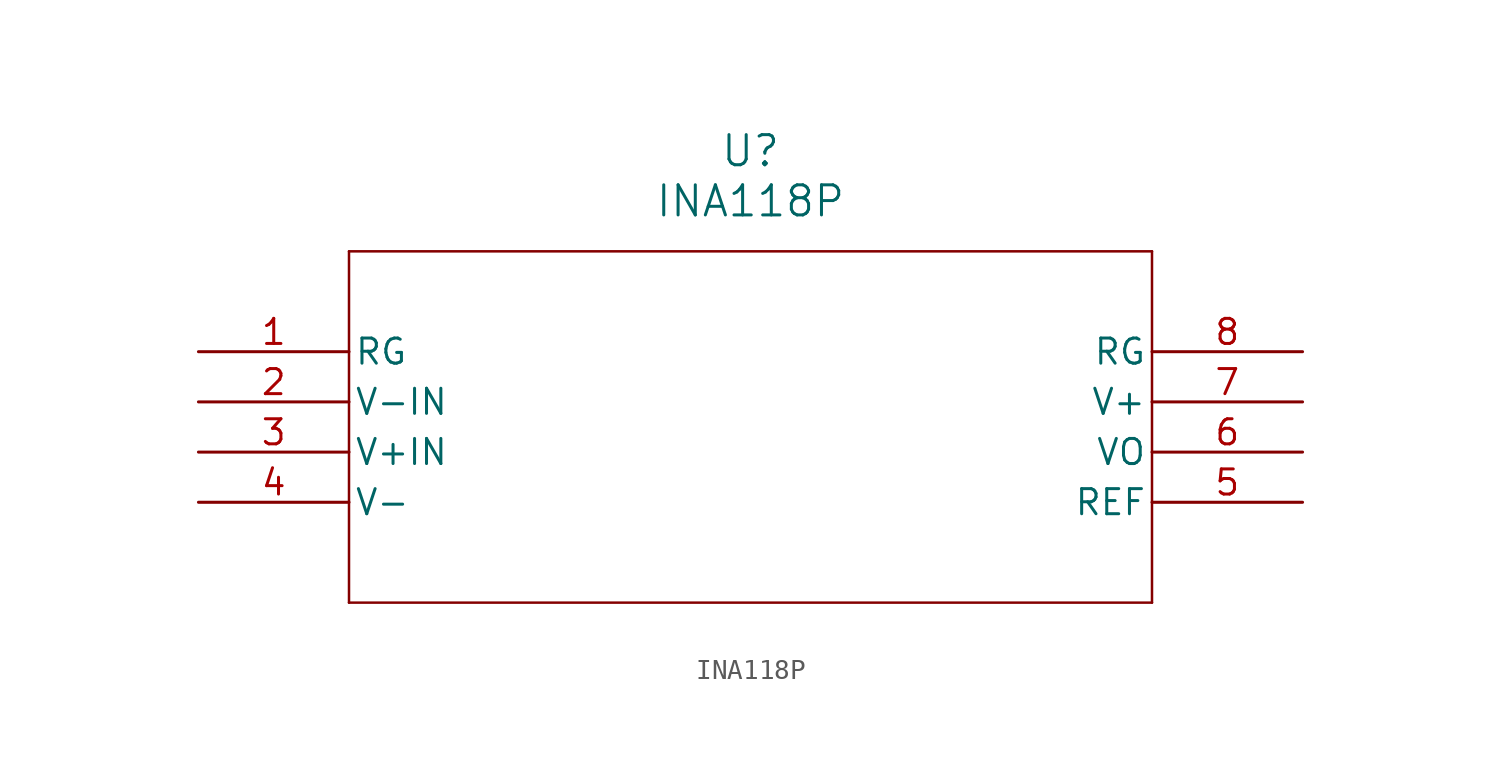
<source format=kicad_sym>
(kicad_symbol_lib
  (version 20231120)
  (generator "kicad_symbol_editor")
  (generator_version "8.0")
  (symbol "INA118P"
    (pin_names
      (offset 0.254))
    (property "Reference" "U"
      (at 27.94 10.16 0)
      (effects (font (size 1.524 1.524))))
    (property "Value" "INA118P"
      (at 27.94 7.62 0)
      (effects (font (size 1.524 1.524))))
    (symbol "INA118P_0_1"
      (polyline (pts (xy 7.62 -12.7) (xy 48.26 -12.7)) (stroke (width 0.127) (type default)) (fill (type none)))
      (polyline (pts (xy 7.62 5.08) (xy 7.62 -12.7)) (stroke (width 0.127) (type default)) (fill (type none)))
      (polyline (pts (xy 48.26 -12.7) (xy 48.26 5.08)) (stroke (width 0.127) (type default)) (fill (type none)))
      (polyline (pts (xy 48.26 5.08) (xy 7.62 5.08)) (stroke (width 0.127) (type default)) (fill (type none)))
      (pin unspecified line (at 0 0 0) (length 7.62) (name "RG" (effects (font (size 1.27 1.27)))) (number "1" (effects (font (size 1.27 1.27)))))
      (pin input line (at 0 -2.54 0) (length 7.62) (name "V-IN" (effects (font (size 1.27 1.27)))) (number "2" (effects (font (size 1.27 1.27)))))
      (pin input line (at 0 -5.08 0) (length 7.62) (name "V+IN" (effects (font (size 1.27 1.27)))) (number "3" (effects (font (size 1.27 1.27)))))
      (pin power_in line (at 0 -7.62 0) (length 7.62) (name "V-" (effects (font (size 1.27 1.27)))) (number "4" (effects (font (size 1.27 1.27)))))
      (pin unspecified line (at 55.88 -7.62 180) (length 7.62) (name "REF" (effects (font (size 1.27 1.27)))) (number "5" (effects (font (size 1.27 1.27)))))
      (pin output line (at 55.88 -5.08 180) (length 7.62) (name "VO" (effects (font (size 1.27 1.27)))) (number "6" (effects (font (size 1.27 1.27)))))
      (pin power_in line (at 55.88 -2.54 180) (length 7.62) (name "V+" (effects (font (size 1.27 1.27)))) (number "7" (effects (font (size 1.27 1.27)))))
      (pin unspecified line (at 55.88 0 180) (length 7.62) (name "RG" (effects (font (size 1.27 1.27)))) (number "8" (effects (font (size 1.27 1.27))))))))
</source>
